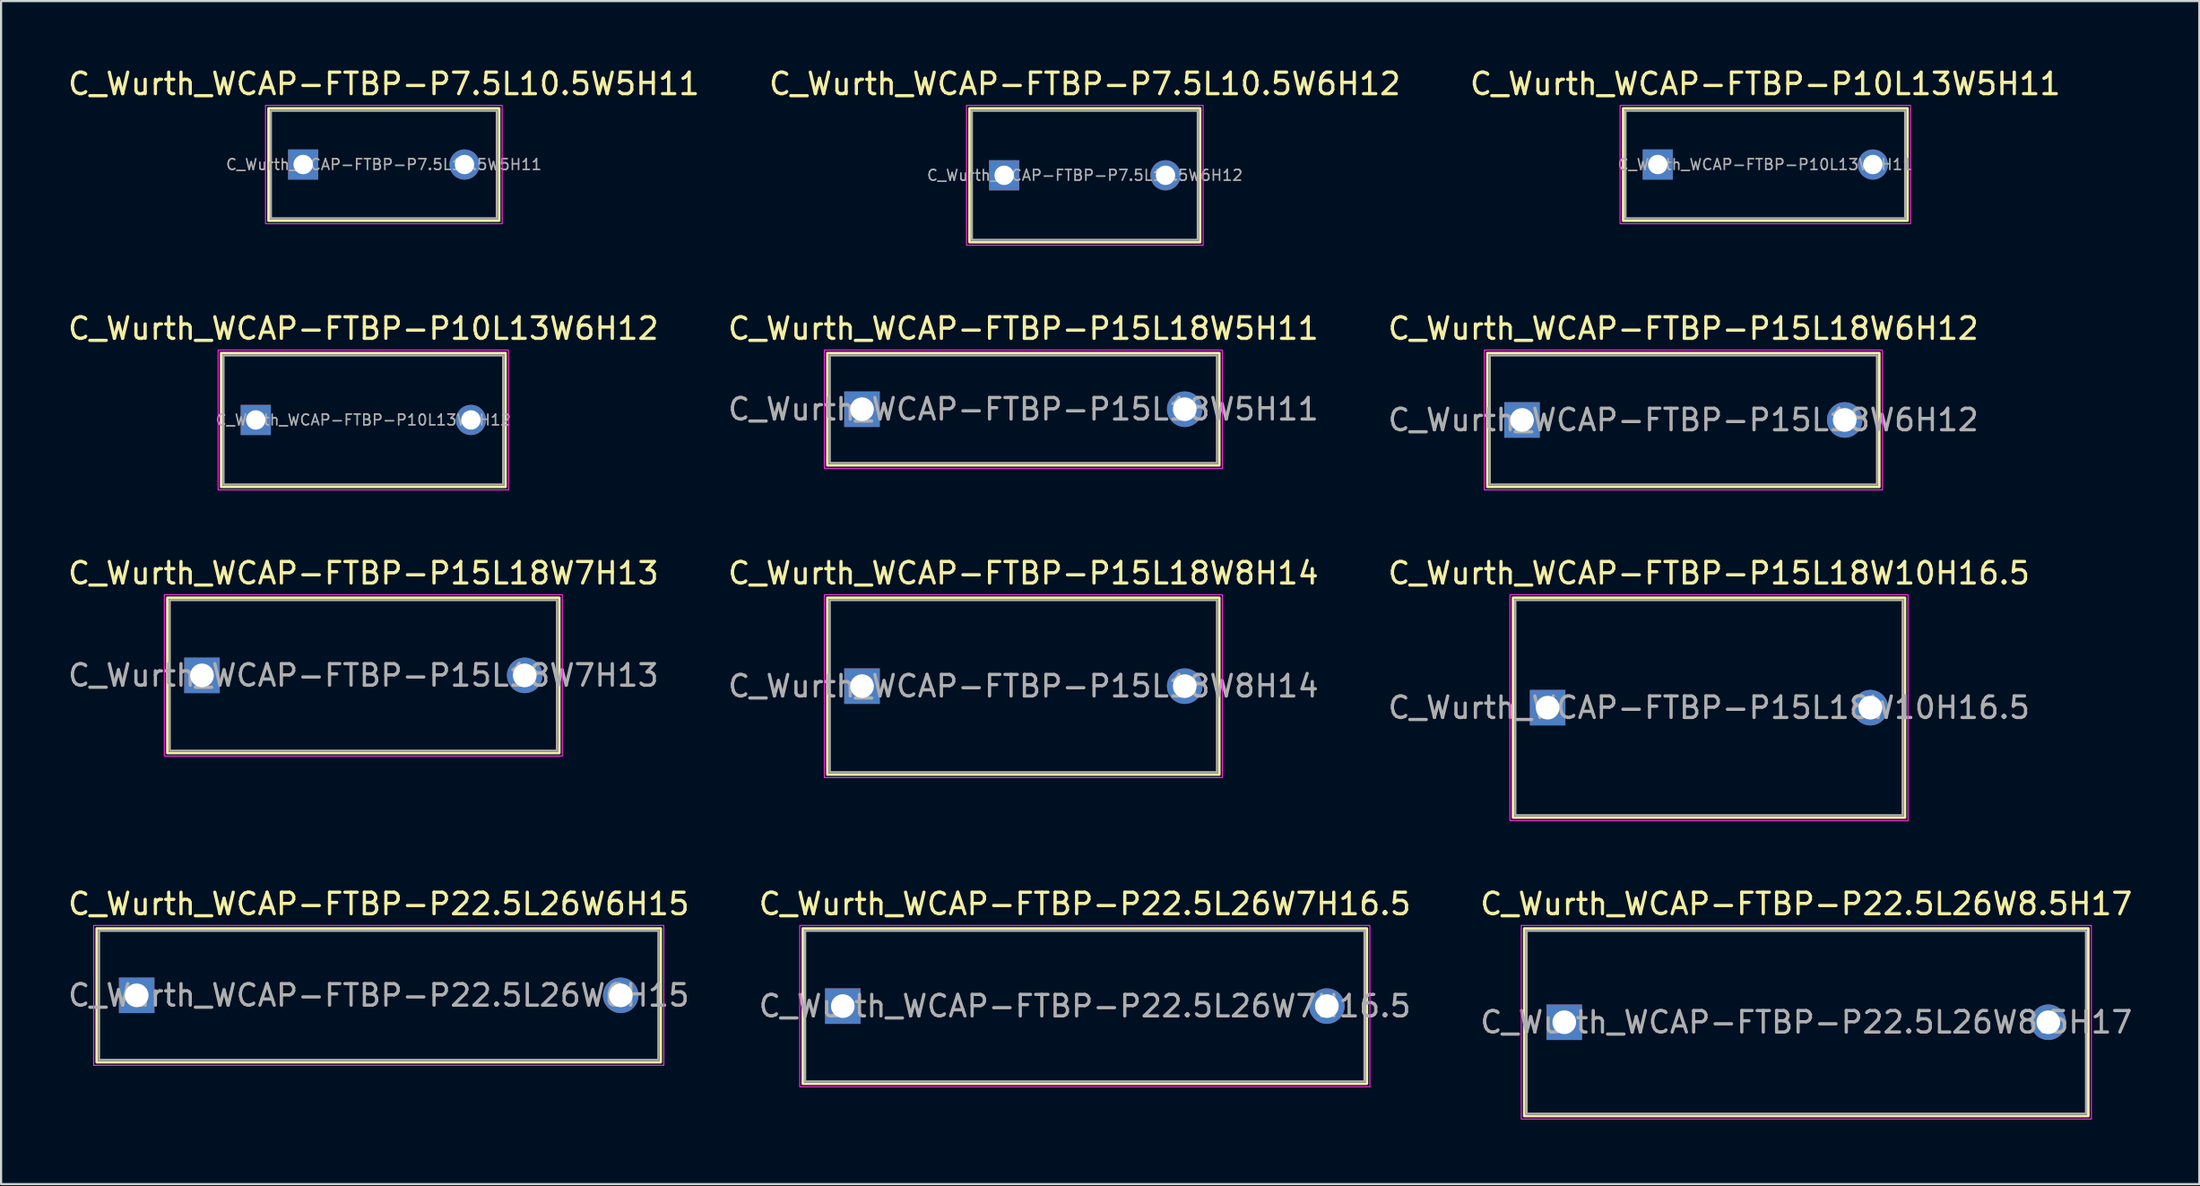
<source format=kicad_pcb>
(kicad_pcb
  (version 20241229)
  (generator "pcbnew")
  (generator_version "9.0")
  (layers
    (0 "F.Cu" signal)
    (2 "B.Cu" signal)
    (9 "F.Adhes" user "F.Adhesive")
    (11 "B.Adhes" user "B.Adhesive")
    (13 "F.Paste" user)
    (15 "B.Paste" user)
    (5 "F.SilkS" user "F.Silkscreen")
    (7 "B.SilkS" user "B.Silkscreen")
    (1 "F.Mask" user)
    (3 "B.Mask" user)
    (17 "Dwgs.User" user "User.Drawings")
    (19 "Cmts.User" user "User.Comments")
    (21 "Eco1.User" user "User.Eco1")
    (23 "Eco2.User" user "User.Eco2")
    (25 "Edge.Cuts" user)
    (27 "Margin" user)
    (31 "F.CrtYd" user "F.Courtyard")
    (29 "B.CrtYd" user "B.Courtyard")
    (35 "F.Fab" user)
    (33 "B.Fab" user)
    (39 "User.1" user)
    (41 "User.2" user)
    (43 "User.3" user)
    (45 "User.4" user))
  (footprint "C_Wurth_WCAP-FTBP-P15L18W5H11"
    (layer "F.Cu")
    (at 37.018 15.972)
    (property "Reference" "C_Wurth_WCAP-FTBP-P15L18W5H11" (at 7.5 -3.75 0) (unlocked yes) (layer "F.SilkS") (effects (font (size 1 1) (thickness 0.15))))
    (attr through_hole)
    (fp_rect (start -1.61 -2.61) (end 16.61 2.61) (stroke (width 0.12) (type solid)) (fill no) (layer "F.SilkS"))
    (fp_rect (start -1.75 -2.75) (end 16.75 2.75) (stroke (width 0.05) (type solid)) (fill no) (layer "F.CrtYd"))
    (fp_rect (start -1.5 -2.5) (end 16.5 2.5) (stroke (width 0.1) (type solid)) (fill no) (layer "F.Fab"))
    (fp_text user "${REFERENCE}" (at 7.5 0 0) (unlocked yes) (layer "F.Fab") (effects (font (size 1 1) (thickness 0.15))))
    (pad "1" thru_hole rect (at 0 0) (size 1.65 1.65) (drill 1.1) (layers "*.Cu" "*.Mask"))
    (pad "2" thru_hole circle (at 15 0) (size 1.65 1.65) (drill 1.1) (layers "*.Cu" "*.Mask")))
  (footprint "C_Wurth_WCAP-FTBP-P10L13W6H12"
    (layer "F.Cu")
    (at 8.839 16.471)
    (property "Reference" "C_Wurth_WCAP-FTBP-P10L13W6H12" (at 5 -4.25 0) (unlocked yes) (layer "F.SilkS") (effects (font (size 1 1) (thickness 0.15))))
    (attr through_hole)
    (fp_rect (start -1.61 -3.11) (end 11.61 3.11) (stroke (width 0.12) (type solid)) (fill no) (layer "F.SilkS"))
    (fp_rect (start -1.75 -3.25) (end 11.75 3.25) (stroke (width 0.05) (type solid)) (fill no) (layer "F.CrtYd"))
    (fp_rect (start -1.5 -3) (end 11.5 3) (stroke (width 0.1) (type solid)) (fill no) (layer "F.Fab"))
    (fp_text user "${REFERENCE}" (at 5 0 0) (unlocked yes) (layer "F.Fab") (effects (font (size 0.5 0.5) (thickness 0.075))))
    (pad "1" thru_hole rect (at 0 0) (size 1.4 1.4) (drill 0.9) (layers "*.Cu" "*.Mask"))
    (pad "2" thru_hole circle (at 10 0) (size 1.4 1.4) (drill 0.9) (layers "*.Cu" "*.Mask")))
  (footprint "C_Wurth_WCAP-FTBP-P15L18W10H16.5"
    (layer "F.Cu")
    (at 68.887 29.845)
    (property "Reference" "C_Wurth_WCAP-FTBP-P15L18W10H16.5" (at 7.5 -6.25 0) (unlocked yes) (layer "F.SilkS") (effects (font (size 1 1) (thickness 0.15))))
    (attr through_hole)
    (fp_rect (start -1.61 -5.11) (end 16.61 5.11) (stroke (width 0.12) (type solid)) (fill no) (layer "F.SilkS"))
    (fp_rect (start -1.75 -5.25) (end 16.75 5.25) (stroke (width 0.05) (type solid)) (fill no) (layer "F.CrtYd"))
    (fp_rect (start -1.5 -5) (end 16.5 5) (stroke (width 0.1) (type solid)) (fill no) (layer "F.Fab"))
    (fp_text user "${REFERENCE}" (at 7.5 0 0) (unlocked yes) (layer "F.Fab") (effects (font (size 1 1) (thickness 0.15))))
    (pad "1" thru_hole rect (at 0 0) (size 1.65 1.65) (drill 1.1) (layers "*.Cu" "*.Mask"))
    (pad "2" thru_hole circle (at 15 0) (size 1.65 1.65) (drill 1.1) (layers "*.Cu" "*.Mask")))
  (footprint "C_Wurth_WCAP-FTBP-P7.5L10.5W6H12"
    (layer "F.Cu")
    (at 43.625 5.098)
    (property "Reference" "C_Wurth_WCAP-FTBP-P7.5L10.5W6H12" (at 3.75 -4.25 0) (unlocked yes) (layer "F.SilkS") (effects (font (size 1 1) (thickness 0.15))))
    (attr through_hole)
    (fp_rect (start -1.61 -3.11) (end 9.11 3.11) (stroke (width 0.12) (type solid)) (fill no) (layer "F.SilkS"))
    (fp_rect (start -1.75 -3.25) (end 9.25 3.25) (stroke (width 0.05) (type solid)) (fill no) (layer "F.CrtYd"))
    (fp_rect (start -1.5 -3) (end 9 3) (stroke (width 0.1) (type solid)) (fill no) (layer "F.Fab"))
    (fp_text user "${REFERENCE}" (at 3.75 0 0) (unlocked yes) (layer "F.Fab") (effects (font (size 0.5 0.5) (thickness 0.075))))
    (pad "1" thru_hole rect (at 0 0) (size 1.4 1.4) (drill 0.9) (layers "*.Cu" "*.Mask"))
    (pad "2" thru_hole circle (at 7.5 0) (size 1.4 1.4) (drill 0.9) (layers "*.Cu" "*.Mask")))
  (footprint "C_Wurth_WCAP-FTBP-P22.5L26W6H15"
    (layer "F.Cu")
    (at 3.304 43.218)
    (property "Reference" "C_Wurth_WCAP-FTBP-P22.5L26W6H15" (at 11.25 -4.25 0) (unlocked yes) (layer "F.SilkS") (effects (font (size 1 1) (thickness 0.15))))
    (attr through_hole)
    (fp_rect (start -1.86 -3.11) (end 24.36 3.11) (stroke (width 0.12) (type solid)) (fill no) (layer "F.SilkS"))
    (fp_rect (start -2 -3.25) (end 24.5 3.25) (stroke (width 0.05) (type solid)) (fill no) (layer "F.CrtYd"))
    (fp_rect (start -1.75 -3) (end 24.25 3) (stroke (width 0.1) (type solid)) (fill no) (layer "F.Fab"))
    (fp_text user "${REFERENCE}" (at 11.25 0 0) (unlocked yes) (layer "F.Fab") (effects (font (size 1 1) (thickness 0.15))))
    (pad "1" thru_hole rect (at 0 0) (size 1.65 1.65) (drill 1.1) (layers "*.Cu" "*.Mask"))
    (pad "2" thru_hole circle (at 22.5 0) (size 1.65 1.65) (drill 1.1) (layers "*.Cu" "*.Mask")))
  (footprint "C_Wurth_WCAP-FTBP-P10L13W5H11"
    (layer "F.Cu")
    (at 74.006 4.598)
    (property "Reference" "C_Wurth_WCAP-FTBP-P10L13W5H11" (at 5 -3.75 0) (unlocked yes) (layer "F.SilkS") (effects (font (size 1 1) (thickness 0.15))))
    (attr through_hole)
    (fp_rect (start -1.61 -2.61) (end 11.61 2.61) (stroke (width 0.12) (type solid)) (fill no) (layer "F.SilkS"))
    (fp_rect (start -1.75 -2.75) (end 11.75 2.75) (stroke (width 0.05) (type solid)) (fill no) (layer "F.CrtYd"))
    (fp_rect (start -1.5 -2.5) (end 11.5 2.5) (stroke (width 0.1) (type solid)) (fill no) (layer "F.Fab"))
    (fp_text user "${REFERENCE}" (at 5 0 0) (unlocked yes) (layer "F.Fab") (effects (font (size 0.5 0.5) (thickness 0.075))))
    (pad "1" thru_hole rect (at 0 0) (size 1.4 1.4) (drill 0.9) (layers "*.Cu" "*.Mask"))
    (pad "2" thru_hole circle (at 10 0) (size 1.4 1.4) (drill 0.9) (layers "*.Cu" "*.Mask")))
  (footprint "C_Wurth_WCAP-FTBP-P15L18W8H14"
    (layer "F.Cu")
    (at 37.018 28.845)
    (property "Reference" "C_Wurth_WCAP-FTBP-P15L18W8H14" (at 7.5 -5.25 0) (unlocked yes) (layer "F.SilkS") (effects (font (size 1 1) (thickness 0.15))))
    (attr through_hole)
    (fp_rect (start -1.61 -4.11) (end 16.61 4.11) (stroke (width 0.12) (type solid)) (fill no) (layer "F.SilkS"))
    (fp_rect (start -1.75 -4.25) (end 16.75 4.25) (stroke (width 0.05) (type solid)) (fill no) (layer "F.CrtYd"))
    (fp_rect (start -1.5 -4) (end 16.5 4) (stroke (width 0.1) (type solid)) (fill no) (layer "F.Fab"))
    (fp_text user "${REFERENCE}" (at 7.5 0 0) (unlocked yes) (layer "F.Fab") (effects (font (size 1 1) (thickness 0.15))))
    (pad "1" thru_hole rect (at 0 0) (size 1.65 1.65) (drill 1.1) (layers "*.Cu" "*.Mask"))
    (pad "2" thru_hole circle (at 15 0) (size 1.65 1.65) (drill 1.1) (layers "*.Cu" "*.Mask")))
  (footprint "C_Wurth_WCAP-FTBP-P22.5L26W8.5H17"
    (layer "F.Cu")
    (at 69.661 44.468)
    (property "Reference" "C_Wurth_WCAP-FTBP-P22.5L26W8.5H17" (at 11.25 -5.5 0) (unlocked yes) (layer "F.SilkS") (effects (font (size 1 1) (thickness 0.15))))
    (attr through_hole)
    (fp_rect (start -1.86 -4.36) (end 24.36 4.36) (stroke (width 0.12) (type solid)) (fill no) (layer "F.SilkS"))
    (fp_rect (start -2 -4.5) (end 24.5 4.5) (stroke (width 0.05) (type solid)) (fill no) (layer "F.CrtYd"))
    (fp_rect (start -1.75 -4.25) (end 24.25 4.25) (stroke (width 0.1) (type solid)) (fill no) (layer "F.Fab"))
    (fp_text user "${REFERENCE}" (at 11.25 0 0) (unlocked yes) (layer "F.Fab") (effects (font (size 1 1) (thickness 0.15))))
    (pad "1" thru_hole rect (at 0 0) (size 1.65 1.65) (drill 1.1) (layers "*.Cu" "*.Mask"))
    (pad "2" thru_hole circle (at 22.5 0) (size 1.65 1.65) (drill 1.1) (layers "*.Cu" "*.Mask")))
  (footprint "C_Wurth_WCAP-FTBP-P7.5L10.5W5H11"
    (layer "F.Cu")
    (at 11.042 4.598)
    (property "Reference" "C_Wurth_WCAP-FTBP-P7.5L10.5W5H11" (at 3.75 -3.75 0) (unlocked yes) (layer "F.SilkS") (effects (font (size 1 1) (thickness 0.15))))
    (attr through_hole)
    (fp_rect (start -1.61 -2.61) (end 9.11 2.61) (stroke (width 0.12) (type solid)) (fill no) (layer "F.SilkS"))
    (fp_rect (start -1.75 -2.75) (end 9.25 2.75) (stroke (width 0.05) (type solid)) (fill no) (layer "F.CrtYd"))
    (fp_rect (start -1.5 -2.5) (end 9 2.5) (stroke (width 0.1) (type solid)) (fill no) (layer "F.Fab"))
    (fp_text user "${REFERENCE}" (at 3.75 0 0) (unlocked yes) (layer "F.Fab") (effects (font (size 0.5 0.5) (thickness 0.075))))
    (pad "1" thru_hole rect (at 0 0) (size 1.4 1.4) (drill 0.9) (layers "*.Cu" "*.Mask"))
    (pad "2" thru_hole circle (at 7.5 0) (size 1.4 1.4) (drill 0.9) (layers "*.Cu" "*.Mask")))
  (footprint "C_Wurth_WCAP-FTBP-P15L18W7H13"
    (layer "F.Cu")
    (at 6.339 28.345)
    (property "Reference" "C_Wurth_WCAP-FTBP-P15L18W7H13" (at 7.5 -4.75 0) (unlocked yes) (layer "F.SilkS") (effects (font (size 1 1) (thickness 0.15))))
    (attr through_hole)
    (fp_rect (start -1.61 -3.61) (end 16.61 3.61) (stroke (width 0.12) (type solid)) (fill no) (layer "F.SilkS"))
    (fp_rect (start -1.75 -3.75) (end 16.75 3.75) (stroke (width 0.05) (type solid)) (fill no) (layer "F.CrtYd"))
    (fp_rect (start -1.5 -3.5) (end 16.5 3.5) (stroke (width 0.1) (type solid)) (fill no) (layer "F.Fab"))
    (fp_text user "${REFERENCE}" (at 7.5 0 0) (unlocked yes) (layer "F.Fab") (effects (font (size 1 1) (thickness 0.15))))
    (pad "1" thru_hole rect (at 0 0) (size 1.65 1.65) (drill 1.1) (layers "*.Cu" "*.Mask"))
    (pad "2" thru_hole circle (at 15 0) (size 1.65 1.65) (drill 1.1) (layers "*.Cu" "*.Mask")))
  (footprint "C_Wurth_WCAP-FTBP-P22.5L26W7H16.5"
    (layer "F.Cu")
    (at 36.125 43.718)
    (property "Reference" "C_Wurth_WCAP-FTBP-P22.5L26W7H16.5" (at 11.25 -4.75 0) (unlocked yes) (layer "F.SilkS") (effects (font (size 1 1) (thickness 0.15))))
    (attr through_hole)
    (fp_rect (start -1.86 -3.61) (end 24.36 3.61) (stroke (width 0.12) (type solid)) (fill no) (layer "F.SilkS"))
    (fp_rect (start -2 -3.75) (end 24.5 3.75) (stroke (width 0.05) (type solid)) (fill no) (layer "F.CrtYd"))
    (fp_rect (start -1.75 -3.5) (end 24.25 3.5) (stroke (width 0.1) (type solid)) (fill no) (layer "F.Fab"))
    (fp_text user "${REFERENCE}" (at 11.25 0 0) (unlocked yes) (layer "F.Fab") (effects (font (size 1 1) (thickness 0.15))))
    (pad "1" thru_hole rect (at 0 0) (size 1.65 1.65) (drill 1.1) (layers "*.Cu" "*.Mask"))
    (pad "2" thru_hole circle (at 22.5 0) (size 1.65 1.65) (drill 1.1) (layers "*.Cu" "*.Mask")))
  (footprint "C_Wurth_WCAP-FTBP-P15L18W6H12"
    (layer "F.Cu")
    (at 67.696 16.471)
    (property "Reference" "C_Wurth_WCAP-FTBP-P15L18W6H12" (at 7.5 -4.25 0) (unlocked yes) (layer "F.SilkS") (effects (font (size 1 1) (thickness 0.15))))
    (attr through_hole)
    (fp_rect (start -1.61 -3.11) (end 16.61 3.11) (stroke (width 0.12) (type solid)) (fill no) (layer "F.SilkS"))
    (fp_rect (start -1.75 -3.25) (end 16.75 3.25) (stroke (width 0.05) (type solid)) (fill no) (layer "F.CrtYd"))
    (fp_rect (start -1.5 -3) (end 16.5 3) (stroke (width 0.1) (type solid)) (fill no) (layer "F.Fab"))
    (fp_text user "${REFERENCE}" (at 7.5 0 0) (unlocked yes) (layer "F.Fab") (effects (font (size 1 1) (thickness 0.15))))
    (pad "1" thru_hole rect (at 0 0) (size 1.65 1.65) (drill 1.1) (layers "*.Cu" "*.Mask"))
    (pad "2" thru_hole circle (at 15 0) (size 1.65 1.65) (drill 1.1) (layers "*.Cu" "*.Mask")))
  (gr_rect
    (start -3 -3)
    (end 99.179 51.993)
    (stroke (width 0.1) (type default))
    (fill no)
    (layer "Edge.Cuts")))
</source>
